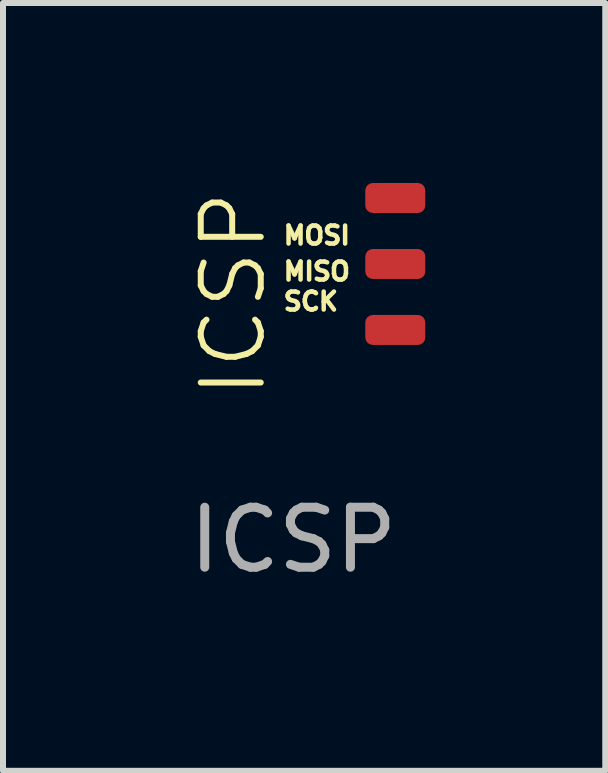
<source format=kicad_pcb>
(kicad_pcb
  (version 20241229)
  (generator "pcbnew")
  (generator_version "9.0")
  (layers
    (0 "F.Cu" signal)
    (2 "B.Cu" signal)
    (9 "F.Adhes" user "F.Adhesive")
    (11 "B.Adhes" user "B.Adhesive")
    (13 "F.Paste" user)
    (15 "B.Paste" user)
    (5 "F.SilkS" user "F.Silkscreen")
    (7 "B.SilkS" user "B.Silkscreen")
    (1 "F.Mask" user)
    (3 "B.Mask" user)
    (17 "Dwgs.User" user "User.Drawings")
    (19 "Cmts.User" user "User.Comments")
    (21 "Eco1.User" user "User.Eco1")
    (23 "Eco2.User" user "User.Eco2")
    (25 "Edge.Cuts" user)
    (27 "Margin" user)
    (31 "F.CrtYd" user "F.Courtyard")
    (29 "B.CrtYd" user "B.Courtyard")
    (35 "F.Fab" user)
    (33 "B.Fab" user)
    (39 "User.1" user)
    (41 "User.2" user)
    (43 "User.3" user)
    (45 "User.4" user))
  (footprint "ICSP"
    (layer "F.Cu")
    (at 1.639 2.85)
    (property "Reference" "ICSP" (at -0.8 -1 90) (unlocked yes) (layer "F.SilkS") (effects (font (size 1 1) (thickness 0.1))))
    (attr smd)
    (fp_text user "MOSI" (at 0 -1.8 0) (unlocked yes) (layer "F.SilkS") (effects (font (size 0.3 0.3) (thickness 0.075)) (justify left bottom)))
    (fp_text user "SCK" (at 0 -0.7 0) (unlocked yes) (layer "F.SilkS") (effects (font (size 0.3 0.3) (thickness 0.075)) (justify left bottom)))
    (fp_text user "MISO" (at 0 -1.2 0) (unlocked yes) (layer "F.SilkS") (effects (font (size 0.3 0.3) (thickness 0.075)) (justify left bottom)))
    (fp_text user "${REFERENCE}" (at 0.2 3.1 0) (unlocked yes) (layer "F.Fab") (effects (font (size 1 1) (thickness 0.15))))
    (pad "1" smd roundrect (at 1.9 -0.4) (size 1 0.5) (layers "F.Cu" "F.Mask" "F.Paste") (roundrect_rratio 0.25))
    (pad "2" smd roundrect (at 1.9 -1.5) (size 1 0.5) (layers "F.Cu" "F.Mask" "F.Paste") (roundrect_rratio 0.25))
    (pad "3" smd roundrect (at 1.9 -2.6) (size 1 0.5) (layers "F.Cu" "F.Mask" "F.Paste") (roundrect_rratio 0.25)))
  (gr_rect
    (start -3 -3)
    (end 7.039 9.798)
    (stroke (width 0.1) (type default))
    (fill no)
    (layer "Edge.Cuts")))
</source>
